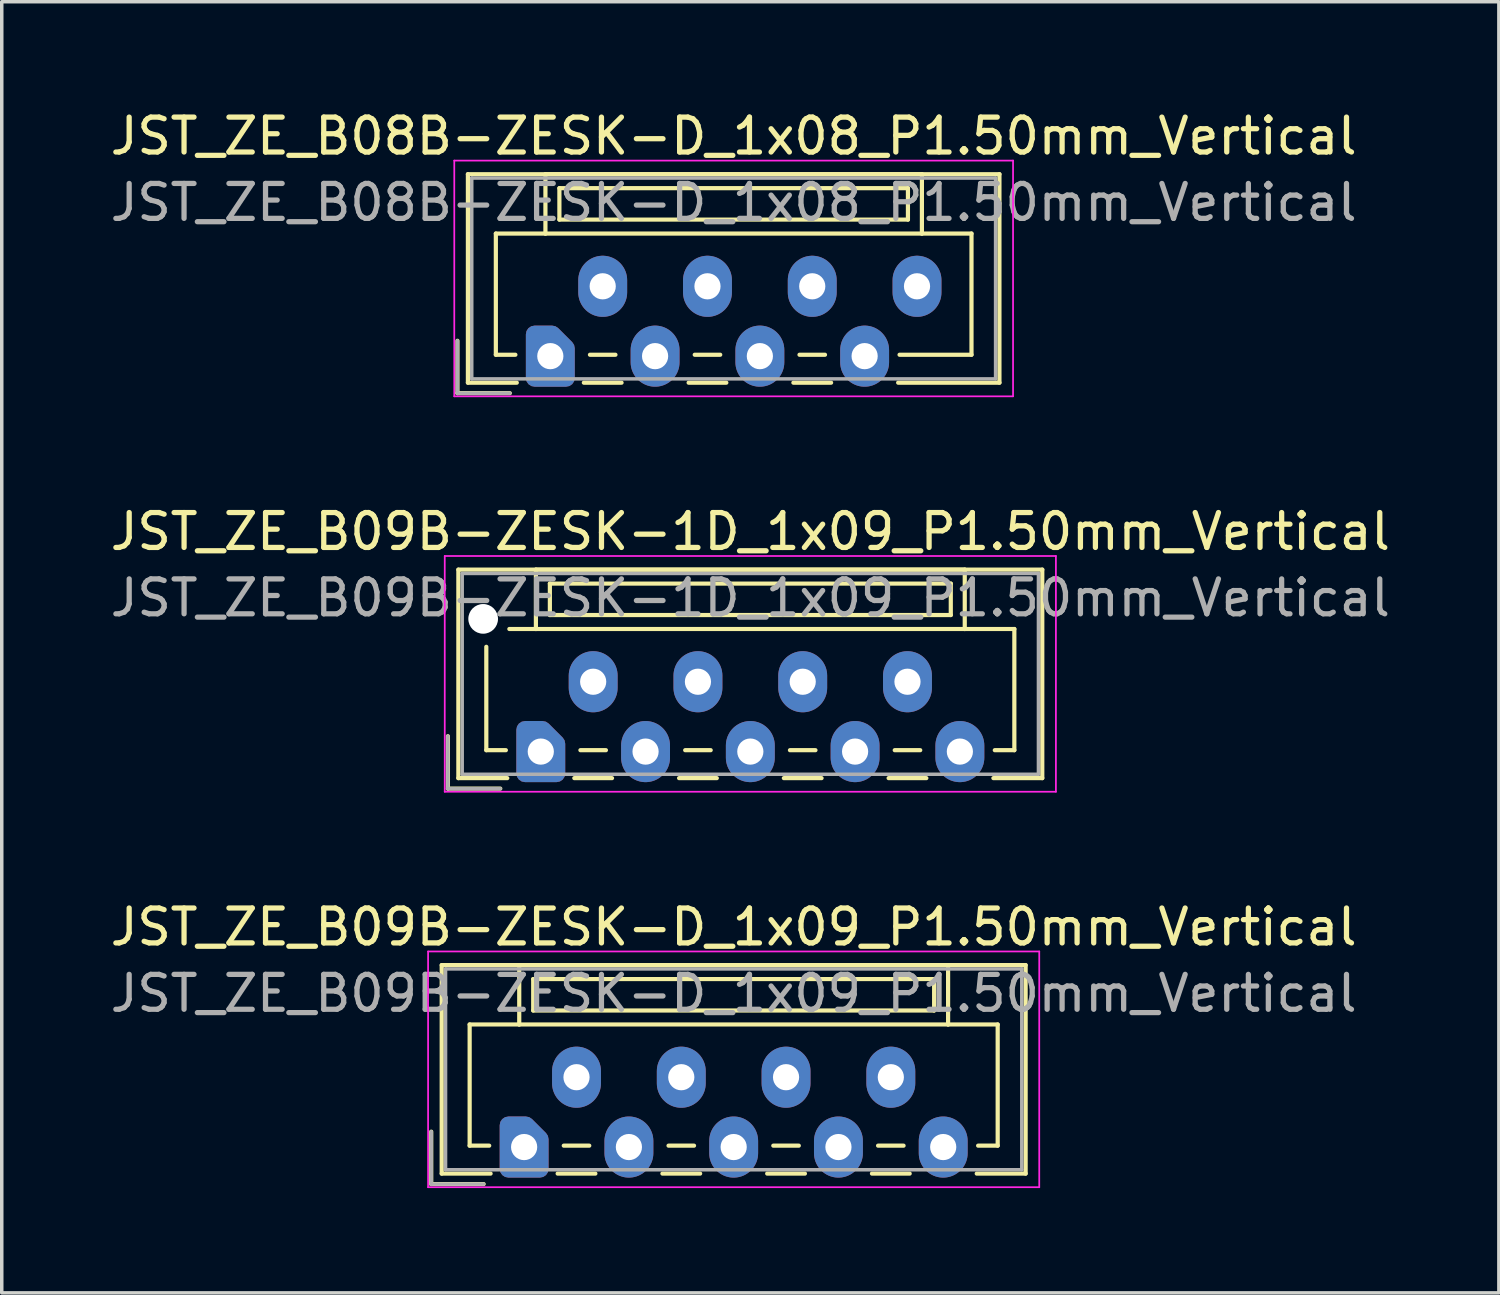
<source format=kicad_pcb>
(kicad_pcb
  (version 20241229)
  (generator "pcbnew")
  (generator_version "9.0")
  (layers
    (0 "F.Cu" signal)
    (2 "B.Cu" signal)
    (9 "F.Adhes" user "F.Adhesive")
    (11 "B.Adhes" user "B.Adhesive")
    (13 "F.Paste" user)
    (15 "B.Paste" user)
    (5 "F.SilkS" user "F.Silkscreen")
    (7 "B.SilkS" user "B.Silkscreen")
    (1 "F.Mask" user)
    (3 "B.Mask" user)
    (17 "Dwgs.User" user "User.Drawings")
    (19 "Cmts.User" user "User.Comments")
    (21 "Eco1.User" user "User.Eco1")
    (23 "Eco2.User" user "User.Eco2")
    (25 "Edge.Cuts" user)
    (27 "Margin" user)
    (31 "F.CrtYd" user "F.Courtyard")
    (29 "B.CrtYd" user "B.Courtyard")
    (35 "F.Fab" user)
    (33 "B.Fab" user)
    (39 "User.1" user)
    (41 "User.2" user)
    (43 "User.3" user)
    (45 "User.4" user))
  (footprint "JST_ZE_B09B-ZESK-D_1x09_P1.50mm_Vertical"
    (layer "F.Cu")
    (at 11.958 29.795)
    (property "Reference" "JST_ZE_B09B-ZESK-D_1x09_P1.50mm_Vertical" (at 6 -6.3 0) (layer "F.SilkS") (effects (font (size 1 1) (thickness 0.15))))
    (attr through_hole)
    (fp_line (start -2.66 -0.44) (end -2.66 1.06) (stroke (width 0.12) (type solid)) (layer "F.SilkS"))
    (fp_line (start -2.66 1.06) (end -1.16 1.06) (stroke (width 0.12) (type solid)) (layer "F.SilkS"))
    (fp_line (start -2.36 -5.21) (end 14.36 -5.21) (stroke (width 0.12) (type solid)) (layer "F.SilkS"))
    (fp_line (start -2.36 0.76) (end -2.36 -5.21) (stroke (width 0.12) (type solid)) (layer "F.SilkS"))
    (fp_line (start -1.56 -3.51) (end -1.56 -0.04) (stroke (width 0.12) (type solid)) (layer "F.SilkS"))
    (fp_line (start -1.56 -0.04) (end -1 -0.04) (stroke (width 0.12) (type solid)) (layer "F.SilkS"))
    (fp_line (start -0.96 0.76) (end -2.36 0.76) (stroke (width 0.12) (type solid)) (layer "F.SilkS"))
    (fp_line (start -0.14 -5.21) (end -0.14 -3.51) (stroke (width 0.12) (type solid)) (layer "F.SilkS"))
    (fp_line (start -0.14 -3.51) (end -1.56 -3.51) (stroke (width 0.12) (type solid)) (layer "F.SilkS"))
    (fp_line (start -0.14 -3.51) (end 12.14 -3.51) (stroke (width 0.12) (type solid)) (layer "F.SilkS"))
    (fp_line (start 0.26 -4.81) (end 0.26 -3.91) (stroke (width 0.12) (type solid)) (layer "F.SilkS"))
    (fp_line (start 0.26 -3.91) (end 11.74 -3.91) (stroke (width 0.12) (type solid)) (layer "F.SilkS"))
    (fp_line (start 0.96 0.76) (end 2.04 0.76) (stroke (width 0.12) (type solid)) (layer "F.SilkS"))
    (fp_line (start 1.135 -0.04) (end 1.865 -0.04) (stroke (width 0.12) (type solid)) (layer "F.SilkS"))
    (fp_line (start 3.96 0.76) (end 5.04 0.76) (stroke (width 0.12) (type solid)) (layer "F.SilkS"))
    (fp_line (start 4.135 -0.04) (end 4.865 -0.04) (stroke (width 0.12) (type solid)) (layer "F.SilkS"))
    (fp_line (start 6.96 0.76) (end 8.04 0.76) (stroke (width 0.12) (type solid)) (layer "F.SilkS"))
    (fp_line (start 7.135 -0.04) (end 7.865 -0.04) (stroke (width 0.12) (type solid)) (layer "F.SilkS"))
    (fp_line (start 9.96 0.76) (end 11.04 0.76) (stroke (width 0.12) (type solid)) (layer "F.SilkS"))
    (fp_line (start 10.135 -0.04) (end 10.865 -0.04) (stroke (width 0.12) (type solid)) (layer "F.SilkS"))
    (fp_line (start 11.74 -4.81) (end 0.26 -4.81) (stroke (width 0.12) (type solid)) (layer "F.SilkS"))
    (fp_line (start 11.74 -3.91) (end 11.74 -4.81) (stroke (width 0.12) (type solid)) (layer "F.SilkS"))
    (fp_line (start 12.14 -5.21) (end -0.14 -5.21) (stroke (width 0.12) (type solid)) (layer "F.SilkS"))
    (fp_line (start 12.14 -3.51) (end 12.14 -5.21) (stroke (width 0.12) (type solid)) (layer "F.SilkS"))
    (fp_line (start 12.14 -3.51) (end 13.56 -3.51) (stroke (width 0.12) (type solid)) (layer "F.SilkS"))
    (fp_line (start 13.56 -3.51) (end 13.56 -0.04) (stroke (width 0.12) (type solid)) (layer "F.SilkS"))
    (fp_line (start 13.56 -0.04) (end 13 -0.04) (stroke (width 0.12) (type solid)) (layer "F.SilkS"))
    (fp_line (start 14.36 -5.21) (end 14.36 0.76) (stroke (width 0.12) (type solid)) (layer "F.SilkS"))
    (fp_line (start 14.36 0.76) (end 12.96 0.76) (stroke (width 0.12) (type solid)) (layer "F.SilkS"))
    (fp_line (start -2.75 -5.6) (end -2.75 1.15) (stroke (width 0.05) (type solid)) (layer "F.CrtYd"))
    (fp_line (start -2.75 1.15) (end 14.75 1.15) (stroke (width 0.05) (type solid)) (layer "F.CrtYd"))
    (fp_line (start 14.75 -5.6) (end -2.75 -5.6) (stroke (width 0.05) (type solid)) (layer "F.CrtYd"))
    (fp_line (start 14.75 1.15) (end 14.75 -5.6) (stroke (width 0.05) (type solid)) (layer "F.CrtYd"))
    (fp_line (start -2.66 -0.44) (end -2.66 1.06) (stroke (width 0.1) (type solid)) (layer "F.Fab"))
    (fp_line (start -2.66 1.06) (end -1.16 1.06) (stroke (width 0.1) (type solid)) (layer "F.Fab"))
    (fp_line (start -2.25 -5.1) (end -2.25 0.65) (stroke (width 0.1) (type solid)) (layer "F.Fab"))
    (fp_line (start -2.25 0.65) (end 14.25 0.65) (stroke (width 0.1) (type solid)) (layer "F.Fab"))
    (fp_line (start 14.25 -5.1) (end -2.25 -5.1) (stroke (width 0.1) (type solid)) (layer "F.Fab"))
    (fp_line (start 14.25 0.65) (end 14.25 -5.1) (stroke (width 0.1) (type solid)) (layer "F.Fab"))
    (fp_text user "${REFERENCE}" (at 6 -4.4 0) (layer "F.Fab") (effects (font (size 1 1) (thickness 0.15))))
    (pad "1" thru_hole custom (at 0 0) (size 1.117 1.117) (drill 0.75) (layers "*.Cu" "*.Mask") (options (anchor circle)) (primitives (gr_poly (pts (xy -0.45 -0.625) (xy 0.05 -0.625) (xy 0.45 -0.225) (xy 0.45 0.625) (xy -0.45 0.625)) (width 0.5) (fill yes))))
    (pad "2" thru_hole oval (at 1.5 -2) (size 1.4 1.75) (drill 0.75) (layers "*.Cu" "*.Mask"))
    (pad "3" thru_hole oval (at 3 0) (size 1.4 1.75) (drill 0.75) (layers "*.Cu" "*.Mask"))
    (pad "4" thru_hole oval (at 4.5 -2) (size 1.4 1.75) (drill 0.75) (layers "*.Cu" "*.Mask"))
    (pad "5" thru_hole oval (at 6 0) (size 1.4 1.75) (drill 0.75) (layers "*.Cu" "*.Mask"))
    (pad "6" thru_hole oval (at 7.5 -2) (size 1.4 1.75) (drill 0.75) (layers "*.Cu" "*.Mask"))
    (pad "7" thru_hole oval (at 9 0) (size 1.4 1.75) (drill 0.75) (layers "*.Cu" "*.Mask"))
    (pad "8" thru_hole oval (at 10.5 -2) (size 1.4 1.75) (drill 0.75) (layers "*.Cu" "*.Mask"))
    (pad "9" thru_hole oval (at 12 0) (size 1.4 1.75) (drill 0.75) (layers "*.Cu" "*.Mask")))
  (footprint "JST_ZE_B08B-ZESK-D_1x08_P1.50mm_Vertical"
    (layer "F.Cu")
    (at 12.708 7.148)
    (property "Reference" "JST_ZE_B08B-ZESK-D_1x08_P1.50mm_Vertical" (at 5.25 -6.3 0) (layer "F.SilkS") (effects (font (size 1 1) (thickness 0.15))))
    (attr through_hole)
    (fp_line (start -2.66 -0.44) (end -2.66 1.06) (stroke (width 0.12) (type solid)) (layer "F.SilkS"))
    (fp_line (start -2.66 1.06) (end -1.16 1.06) (stroke (width 0.12) (type solid)) (layer "F.SilkS"))
    (fp_line (start -2.36 -5.21) (end 12.86 -5.21) (stroke (width 0.12) (type solid)) (layer "F.SilkS"))
    (fp_line (start -2.36 0.76) (end -2.36 -5.21) (stroke (width 0.12) (type solid)) (layer "F.SilkS"))
    (fp_line (start -1.56 -3.51) (end -1.56 -0.04) (stroke (width 0.12) (type solid)) (layer "F.SilkS"))
    (fp_line (start -1.56 -0.04) (end -1 -0.04) (stroke (width 0.12) (type solid)) (layer "F.SilkS"))
    (fp_line (start -0.96 0.76) (end -2.36 0.76) (stroke (width 0.12) (type solid)) (layer "F.SilkS"))
    (fp_line (start -0.14 -5.21) (end -0.14 -3.51) (stroke (width 0.12) (type solid)) (layer "F.SilkS"))
    (fp_line (start -0.14 -3.51) (end -1.56 -3.51) (stroke (width 0.12) (type solid)) (layer "F.SilkS"))
    (fp_line (start -0.14 -3.51) (end 10.64 -3.51) (stroke (width 0.12) (type solid)) (layer "F.SilkS"))
    (fp_line (start 0.26 -4.81) (end 0.26 -3.91) (stroke (width 0.12) (type solid)) (layer "F.SilkS"))
    (fp_line (start 0.26 -3.91) (end 10.24 -3.91) (stroke (width 0.12) (type solid)) (layer "F.SilkS"))
    (fp_line (start 0.96 0.76) (end 2.04 0.76) (stroke (width 0.12) (type solid)) (layer "F.SilkS"))
    (fp_line (start 1.135 -0.04) (end 1.865 -0.04) (stroke (width 0.12) (type solid)) (layer "F.SilkS"))
    (fp_line (start 3.96 0.76) (end 5.04 0.76) (stroke (width 0.12) (type solid)) (layer "F.SilkS"))
    (fp_line (start 4.135 -0.04) (end 4.865 -0.04) (stroke (width 0.12) (type solid)) (layer "F.SilkS"))
    (fp_line (start 6.96 0.76) (end 8.04 0.76) (stroke (width 0.12) (type solid)) (layer "F.SilkS"))
    (fp_line (start 7.135 -0.04) (end 7.865 -0.04) (stroke (width 0.12) (type solid)) (layer "F.SilkS"))
    (fp_line (start 10.24 -4.81) (end 0.26 -4.81) (stroke (width 0.12) (type solid)) (layer "F.SilkS"))
    (fp_line (start 10.24 -3.91) (end 10.24 -4.81) (stroke (width 0.12) (type solid)) (layer "F.SilkS"))
    (fp_line (start 10.64 -5.21) (end -0.14 -5.21) (stroke (width 0.12) (type solid)) (layer "F.SilkS"))
    (fp_line (start 10.64 -3.51) (end 10.64 -5.21) (stroke (width 0.12) (type solid)) (layer "F.SilkS"))
    (fp_line (start 10.64 -3.51) (end 12.06 -3.51) (stroke (width 0.12) (type solid)) (layer "F.SilkS"))
    (fp_line (start 12.06 -3.51) (end 12.06 -0.04) (stroke (width 0.12) (type solid)) (layer "F.SilkS"))
    (fp_line (start 12.06 -0.04) (end 10 -0.04) (stroke (width 0.12) (type solid)) (layer "F.SilkS"))
    (fp_line (start 12.86 -5.21) (end 12.86 0.76) (stroke (width 0.12) (type solid)) (layer "F.SilkS"))
    (fp_line (start 12.86 0.76) (end 9.96 0.76) (stroke (width 0.12) (type solid)) (layer "F.SilkS"))
    (fp_line (start -2.75 -5.6) (end -2.75 1.15) (stroke (width 0.05) (type solid)) (layer "F.CrtYd"))
    (fp_line (start -2.75 1.15) (end 13.25 1.15) (stroke (width 0.05) (type solid)) (layer "F.CrtYd"))
    (fp_line (start 13.25 -5.6) (end -2.75 -5.6) (stroke (width 0.05) (type solid)) (layer "F.CrtYd"))
    (fp_line (start 13.25 1.15) (end 13.25 -5.6) (stroke (width 0.05) (type solid)) (layer "F.CrtYd"))
    (fp_line (start -2.66 -0.44) (end -2.66 1.06) (stroke (width 0.1) (type solid)) (layer "F.Fab"))
    (fp_line (start -2.66 1.06) (end -1.16 1.06) (stroke (width 0.1) (type solid)) (layer "F.Fab"))
    (fp_line (start -2.25 -5.1) (end -2.25 0.65) (stroke (width 0.1) (type solid)) (layer "F.Fab"))
    (fp_line (start -2.25 0.65) (end 12.75 0.65) (stroke (width 0.1) (type solid)) (layer "F.Fab"))
    (fp_line (start 12.75 -5.1) (end -2.25 -5.1) (stroke (width 0.1) (type solid)) (layer "F.Fab"))
    (fp_line (start 12.75 0.65) (end 12.75 -5.1) (stroke (width 0.1) (type solid)) (layer "F.Fab"))
    (fp_text user "${REFERENCE}" (at 5.25 -4.4 0) (layer "F.Fab") (effects (font (size 1 1) (thickness 0.15))))
    (pad "1" thru_hole custom (at 0 0) (size 1.117 1.117) (drill 0.75) (layers "*.Cu" "*.Mask") (options (anchor circle)) (primitives (gr_poly (pts (xy -0.45 -0.625) (xy 0.05 -0.625) (xy 0.45 -0.225) (xy 0.45 0.625) (xy -0.45 0.625)) (width 0.5) (fill yes))))
    (pad "2" thru_hole oval (at 1.5 -2) (size 1.4 1.75) (drill 0.75) (layers "*.Cu" "*.Mask"))
    (pad "3" thru_hole oval (at 3 0) (size 1.4 1.75) (drill 0.75) (layers "*.Cu" "*.Mask"))
    (pad "4" thru_hole oval (at 4.5 -2) (size 1.4 1.75) (drill 0.75) (layers "*.Cu" "*.Mask"))
    (pad "5" thru_hole oval (at 6 0) (size 1.4 1.75) (drill 0.75) (layers "*.Cu" "*.Mask"))
    (pad "6" thru_hole oval (at 7.5 -2) (size 1.4 1.75) (drill 0.75) (layers "*.Cu" "*.Mask"))
    (pad "7" thru_hole oval (at 9 0) (size 1.4 1.75) (drill 0.75) (layers "*.Cu" "*.Mask"))
    (pad "8" thru_hole oval (at 10.5 -2) (size 1.4 1.75) (drill 0.75) (layers "*.Cu" "*.Mask")))
  (footprint "JST_ZE_B09B-ZESK-1D_1x09_P1.50mm_Vertical"
    (layer "F.Cu")
    (at 12.435 18.471)
    (property "Reference" "JST_ZE_B09B-ZESK-1D_1x09_P1.50mm_Vertical" (at 6 -6.3 0) (layer "F.SilkS") (effects (font (size 1 1) (thickness 0.15))))
    (attr through_hole)
    (fp_line (start -2.66 -0.44) (end -2.66 1.06) (stroke (width 0.12) (type solid)) (layer "F.SilkS"))
    (fp_line (start -2.66 1.06) (end -1.16 1.06) (stroke (width 0.12) (type solid)) (layer "F.SilkS"))
    (fp_line (start -2.36 -5.21) (end 14.36 -5.21) (stroke (width 0.12) (type solid)) (layer "F.SilkS"))
    (fp_line (start -2.36 0.76) (end -2.36 -5.21) (stroke (width 0.12) (type solid)) (layer "F.SilkS"))
    (fp_line (start -1.56 -3) (end -1.56 -0.04) (stroke (width 0.12) (type solid)) (layer "F.SilkS"))
    (fp_line (start -1.56 -0.04) (end -1 -0.04) (stroke (width 0.12) (type solid)) (layer "F.SilkS"))
    (fp_line (start -0.96 0.76) (end -2.36 0.76) (stroke (width 0.12) (type solid)) (layer "F.SilkS"))
    (fp_line (start -0.14 -5.21) (end -0.14 -3.51) (stroke (width 0.12) (type solid)) (layer "F.SilkS"))
    (fp_line (start -0.14 -3.51) (end -0.9 -3.51) (stroke (width 0.12) (type solid)) (layer "F.SilkS"))
    (fp_line (start -0.14 -3.51) (end 12.14 -3.51) (stroke (width 0.12) (type solid)) (layer "F.SilkS"))
    (fp_line (start 0.26 -4.81) (end 0.26 -3.91) (stroke (width 0.12) (type solid)) (layer "F.SilkS"))
    (fp_line (start 0.26 -3.91) (end 11.74 -3.91) (stroke (width 0.12) (type solid)) (layer "F.SilkS"))
    (fp_line (start 0.96 0.76) (end 2.04 0.76) (stroke (width 0.12) (type solid)) (layer "F.SilkS"))
    (fp_line (start 1.135 -0.04) (end 1.865 -0.04) (stroke (width 0.12) (type solid)) (layer "F.SilkS"))
    (fp_line (start 3.96 0.76) (end 5.04 0.76) (stroke (width 0.12) (type solid)) (layer "F.SilkS"))
    (fp_line (start 4.135 -0.04) (end 4.865 -0.04) (stroke (width 0.12) (type solid)) (layer "F.SilkS"))
    (fp_line (start 6.96 0.76) (end 8.04 0.76) (stroke (width 0.12) (type solid)) (layer "F.SilkS"))
    (fp_line (start 7.135 -0.04) (end 7.865 -0.04) (stroke (width 0.12) (type solid)) (layer "F.SilkS"))
    (fp_line (start 9.96 0.76) (end 11.04 0.76) (stroke (width 0.12) (type solid)) (layer "F.SilkS"))
    (fp_line (start 10.135 -0.04) (end 10.865 -0.04) (stroke (width 0.12) (type solid)) (layer "F.SilkS"))
    (fp_line (start 11.74 -4.81) (end 0.26 -4.81) (stroke (width 0.12) (type solid)) (layer "F.SilkS"))
    (fp_line (start 11.74 -3.91) (end 11.74 -4.81) (stroke (width 0.12) (type solid)) (layer "F.SilkS"))
    (fp_line (start 12.14 -5.21) (end -0.14 -5.21) (stroke (width 0.12) (type solid)) (layer "F.SilkS"))
    (fp_line (start 12.14 -3.51) (end 12.14 -5.21) (stroke (width 0.12) (type solid)) (layer "F.SilkS"))
    (fp_line (start 12.14 -3.51) (end 13.56 -3.51) (stroke (width 0.12) (type solid)) (layer "F.SilkS"))
    (fp_line (start 13.56 -3.51) (end 13.56 -0.04) (stroke (width 0.12) (type solid)) (layer "F.SilkS"))
    (fp_line (start 13.56 -0.04) (end 13 -0.04) (stroke (width 0.12) (type solid)) (layer "F.SilkS"))
    (fp_line (start 14.36 -5.21) (end 14.36 0.76) (stroke (width 0.12) (type solid)) (layer "F.SilkS"))
    (fp_line (start 14.36 0.76) (end 12.96 0.76) (stroke (width 0.12) (type solid)) (layer "F.SilkS"))
    (fp_line (start -2.75 -5.6) (end -2.75 1.15) (stroke (width 0.05) (type solid)) (layer "F.CrtYd"))
    (fp_line (start -2.75 1.15) (end 14.75 1.15) (stroke (width 0.05) (type solid)) (layer "F.CrtYd"))
    (fp_line (start 14.75 -5.6) (end -2.75 -5.6) (stroke (width 0.05) (type solid)) (layer "F.CrtYd"))
    (fp_line (start 14.75 1.15) (end 14.75 -5.6) (stroke (width 0.05) (type solid)) (layer "F.CrtYd"))
    (fp_line (start -2.66 -0.44) (end -2.66 1.06) (stroke (width 0.1) (type solid)) (layer "F.Fab"))
    (fp_line (start -2.66 1.06) (end -1.16 1.06) (stroke (width 0.1) (type solid)) (layer "F.Fab"))
    (fp_line (start -2.25 -5.1) (end -2.25 0.65) (stroke (width 0.1) (type solid)) (layer "F.Fab"))
    (fp_line (start -2.25 0.65) (end 14.25 0.65) (stroke (width 0.1) (type solid)) (layer "F.Fab"))
    (fp_line (start 14.25 -5.1) (end -2.25 -5.1) (stroke (width 0.1) (type solid)) (layer "F.Fab"))
    (fp_line (start 14.25 0.65) (end 14.25 -5.1) (stroke (width 0.1) (type solid)) (layer "F.Fab"))
    (fp_text user "${REFERENCE}" (at 6 -4.4 0) (layer "F.Fab") (effects (font (size 1 1) (thickness 0.15))))
    (pad "" np_thru_hole circle (at -1.65 -3.8) (size 0.85 0.85) (drill 0.85) (layers "*.Cu" "*.Mask"))
    (pad "1" thru_hole custom (at 0 0) (size 1.117 1.117) (drill 0.75) (layers "*.Cu" "*.Mask") (options (anchor circle)) (primitives (gr_poly (pts (xy -0.45 -0.625) (xy 0.05 -0.625) (xy 0.45 -0.225) (xy 0.45 0.625) (xy -0.45 0.625)) (width 0.5) (fill yes))))
    (pad "2" thru_hole oval (at 1.5 -2) (size 1.4 1.75) (drill 0.75) (layers "*.Cu" "*.Mask"))
    (pad "3" thru_hole oval (at 3 0) (size 1.4 1.75) (drill 0.75) (layers "*.Cu" "*.Mask"))
    (pad "4" thru_hole oval (at 4.5 -2) (size 1.4 1.75) (drill 0.75) (layers "*.Cu" "*.Mask"))
    (pad "5" thru_hole oval (at 6 0) (size 1.4 1.75) (drill 0.75) (layers "*.Cu" "*.Mask"))
    (pad "6" thru_hole oval (at 7.5 -2) (size 1.4 1.75) (drill 0.75) (layers "*.Cu" "*.Mask"))
    (pad "7" thru_hole oval (at 9 0) (size 1.4 1.75) (drill 0.75) (layers "*.Cu" "*.Mask"))
    (pad "8" thru_hole oval (at 10.5 -2) (size 1.4 1.75) (drill 0.75) (layers "*.Cu" "*.Mask"))
    (pad "9" thru_hole oval (at 12 0) (size 1.4 1.75) (drill 0.75) (layers "*.Cu" "*.Mask")))
  (gr_rect
    (start -3 -3)
    (end 39.869 33.97)
    (stroke (width 0.1) (type default))
    (fill no)
    (layer "Edge.Cuts")))
</source>
